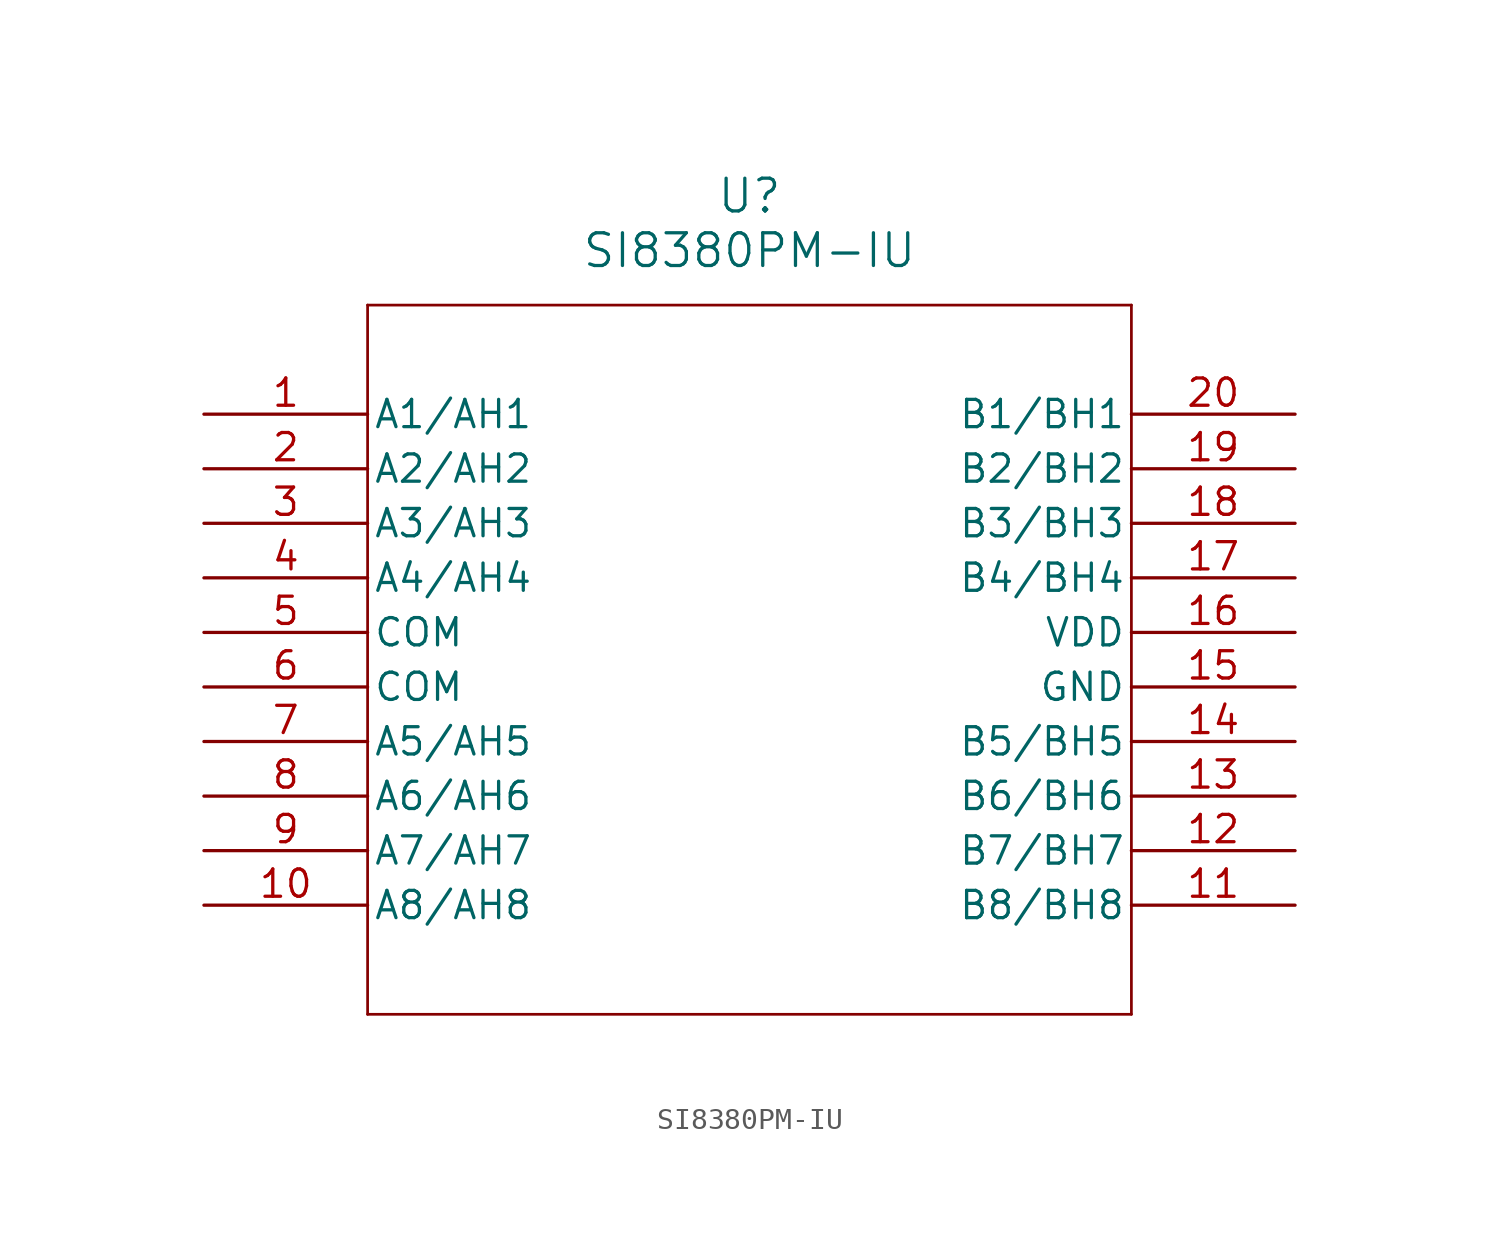
<source format=kicad_sym>
(kicad_symbol_lib
  (version 20211014)
  (generator kicad_symbol_editor)
  (symbol "SI8380PM-IU"
    (pin_names
      (offset 0.254))
    (property "Reference" "U"
      (at 25.4 10.16 0)
      (effects (font (size 1.524 1.524))))
    (property "Value" "SI8380PM-IU"
      (at 25.4 7.62 0)
      (effects (font (size 1.524 1.524))))
    (symbol "SI8380PM-IU_0_1"
      (polyline (pts (xy 7.62 5.08) (xy 7.62 -27.94)) (stroke (width 0.127) (type default) (color 0 0 0 0)) (fill (type none)))
      (polyline (pts (xy 7.62 -27.94) (xy 43.18 -27.94)) (stroke (width 0.127) (type default) (color 0 0 0 0)) (fill (type none)))
      (polyline (pts (xy 43.18 -27.94) (xy 43.18 5.08)) (stroke (width 0.127) (type default) (color 0 0 0 0)) (fill (type none)))
      (polyline (pts (xy 43.18 5.08) (xy 7.62 5.08)) (stroke (width 0.127) (type default) (color 0 0 0 0)) (fill (type none)))
      (pin input line (at 0 0 0) (length 7.62) (name "A1/AH1" (effects (font (size 1.27 1.27)))) (number "1" (effects (font (size 1.27 1.27)))))
      (pin input line (at 0 -2.54 0) (length 7.62) (name "A2/AH2" (effects (font (size 1.27 1.27)))) (number "2" (effects (font (size 1.27 1.27)))))
      (pin input line (at 0 -5.08 0) (length 7.62) (name "A3/AH3" (effects (font (size 1.27 1.27)))) (number "3" (effects (font (size 1.27 1.27)))))
      (pin input line (at 0 -7.62 0) (length 7.62) (name "A4/AH4" (effects (font (size 1.27 1.27)))) (number "4" (effects (font (size 1.27 1.27)))))
      (pin unspecified line (at 0 -10.16 0) (length 7.62) (name "COM" (effects (font (size 1.27 1.27)))) (number "5" (effects (font (size 1.27 1.27)))))
      (pin unspecified line (at 0 -12.7 0) (length 7.62) (name "COM" (effects (font (size 1.27 1.27)))) (number "6" (effects (font (size 1.27 1.27)))))
      (pin input line (at 0 -15.24 0) (length 7.62) (name "A5/AH5" (effects (font (size 1.27 1.27)))) (number "7" (effects (font (size 1.27 1.27)))))
      (pin input line (at 0 -17.78 0) (length 7.62) (name "A6/AH6" (effects (font (size 1.27 1.27)))) (number "8" (effects (font (size 1.27 1.27)))))
      (pin input line (at 0 -20.32 0) (length 7.62) (name "A7/AH7" (effects (font (size 1.27 1.27)))) (number "9" (effects (font (size 1.27 1.27)))))
      (pin input line (at 0 -22.86 0) (length 7.62) (name "A8/AH8" (effects (font (size 1.27 1.27)))) (number "10" (effects (font (size 1.27 1.27)))))
      (pin output line (at 50.8 -22.86 180) (length 7.62) (name "B8/BH8" (effects (font (size 1.27 1.27)))) (number "11" (effects (font (size 1.27 1.27)))))
      (pin output line (at 50.8 -20.32 180) (length 7.62) (name "B7/BH7" (effects (font (size 1.27 1.27)))) (number "12" (effects (font (size 1.27 1.27)))))
      (pin output line (at 50.8 -17.78 180) (length 7.62) (name "B6/BH6" (effects (font (size 1.27 1.27)))) (number "13" (effects (font (size 1.27 1.27)))))
      (pin output line (at 50.8 -15.24 180) (length 7.62) (name "B5/BH5" (effects (font (size 1.27 1.27)))) (number "14" (effects (font (size 1.27 1.27)))))
      (pin power_out line (at 50.8 -12.7 180) (length 7.62) (name "GND" (effects (font (size 1.27 1.27)))) (number "15" (effects (font (size 1.27 1.27)))))
      (pin power_in line (at 50.8 -10.16 180) (length 7.62) (name "VDD" (effects (font (size 1.27 1.27)))) (number "16" (effects (font (size 1.27 1.27)))))
      (pin output line (at 50.8 -7.62 180) (length 7.62) (name "B4/BH4" (effects (font (size 1.27 1.27)))) (number "17" (effects (font (size 1.27 1.27)))))
      (pin output line (at 50.8 -5.08 180) (length 7.62) (name "B3/BH3" (effects (font (size 1.27 1.27)))) (number "18" (effects (font (size 1.27 1.27)))))
      (pin output line (at 50.8 -2.54 180) (length 7.62) (name "B2/BH2" (effects (font (size 1.27 1.27)))) (number "19" (effects (font (size 1.27 1.27)))))
      (pin output line (at 50.8 0 180) (length 7.62) (name "B1/BH1" (effects (font (size 1.27 1.27)))) (number "20" (effects (font (size 1.27 1.27))))))))
</source>
